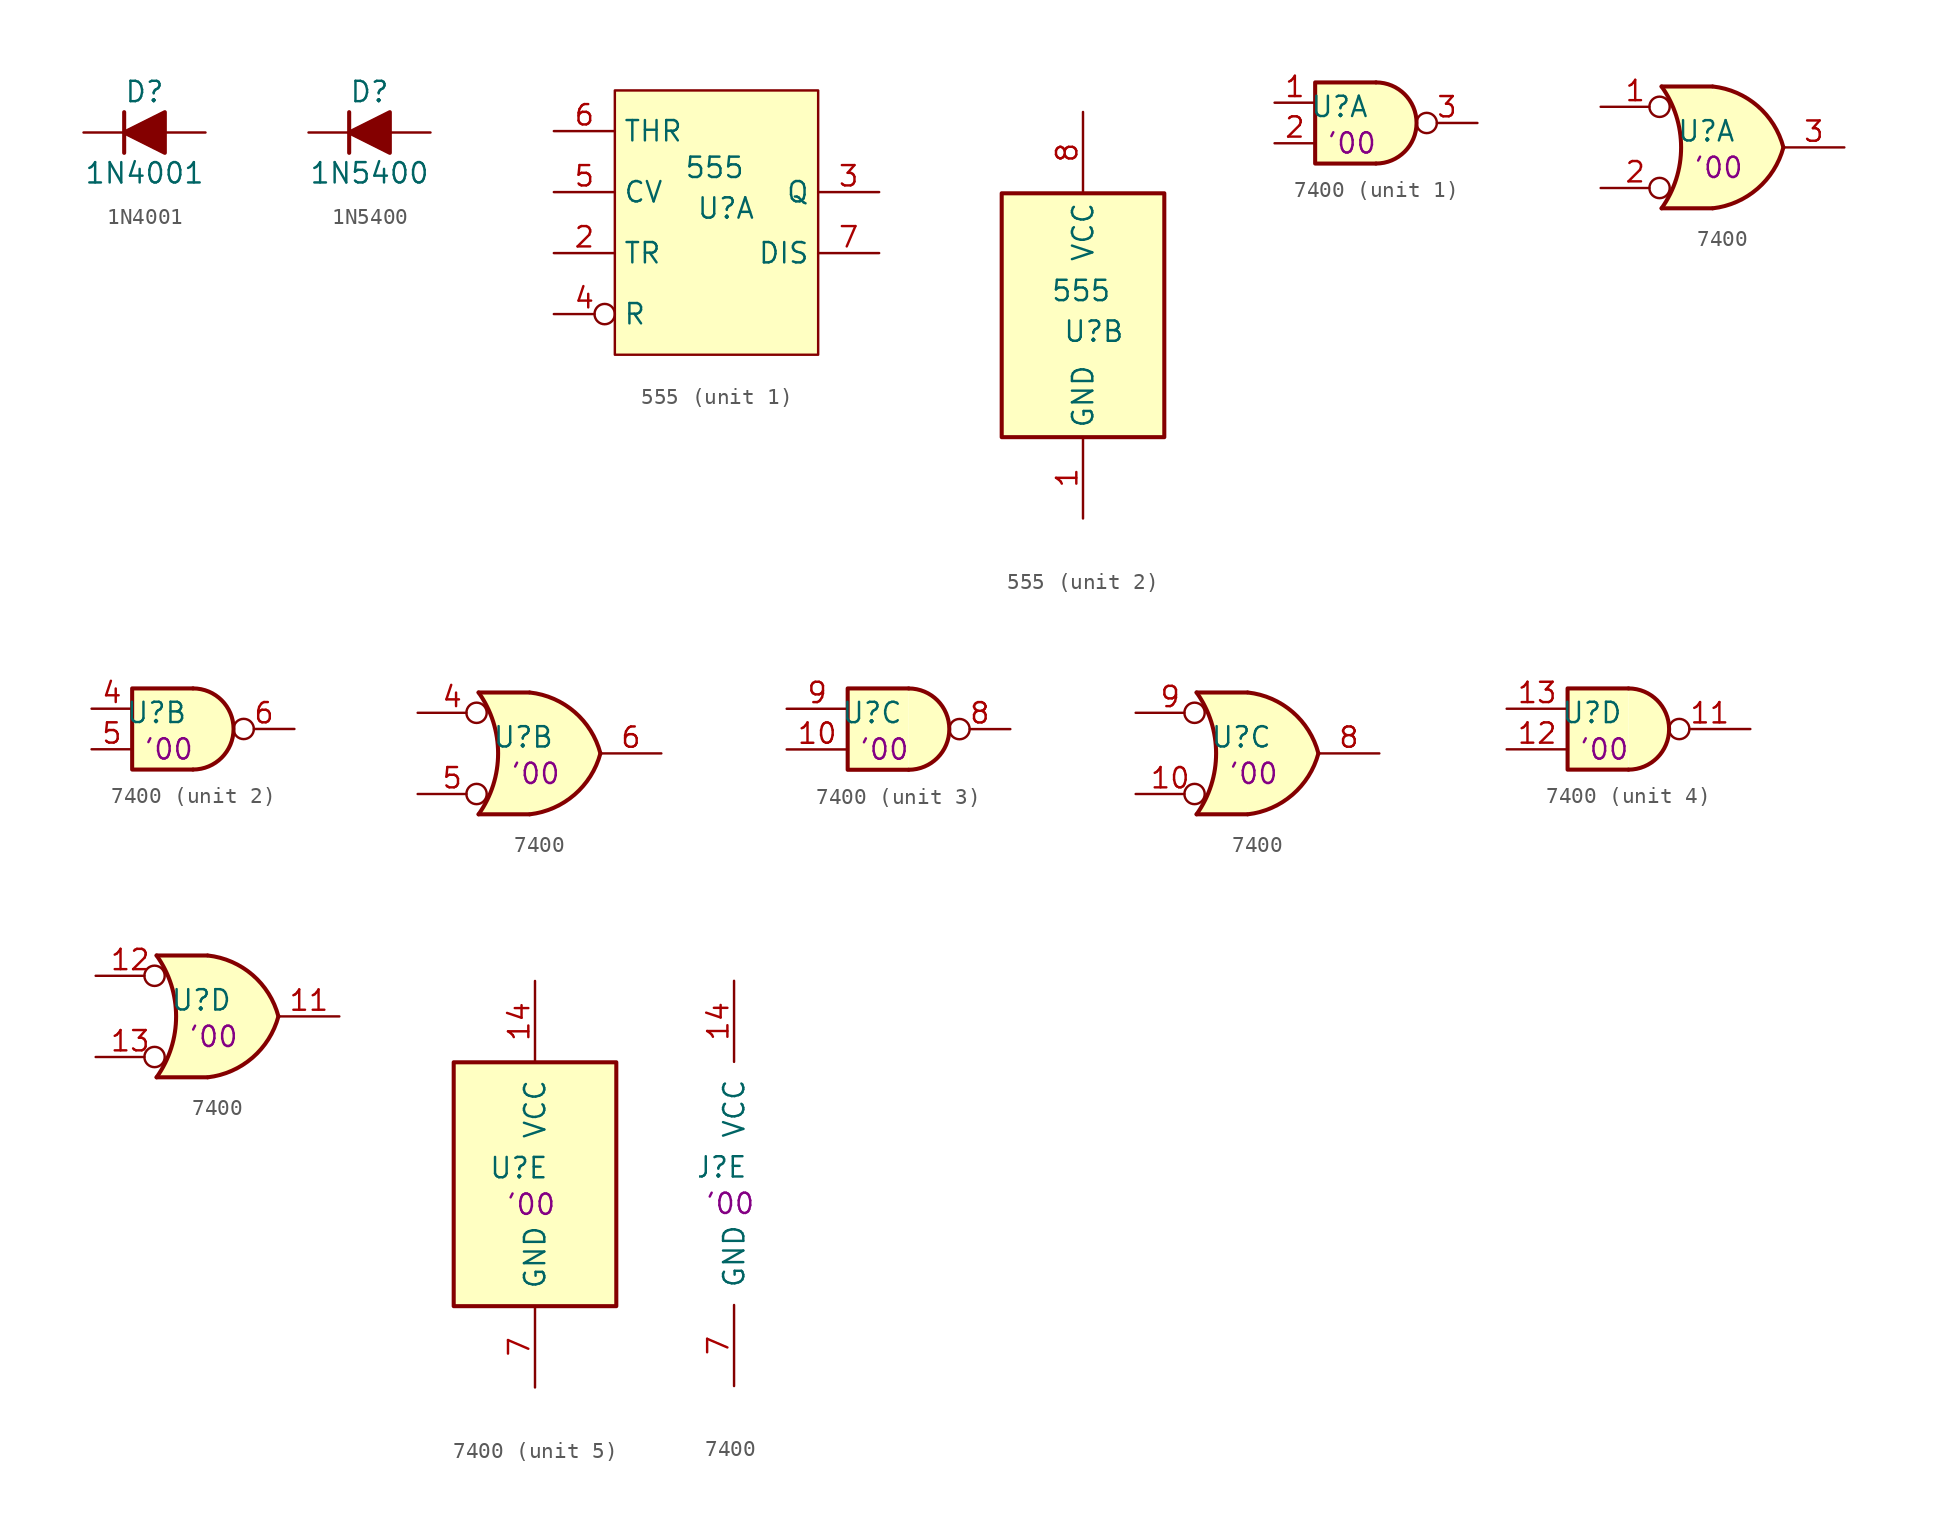
<source format=kicad_sym>
(kicad_symbol_lib
  (version 20241209)
  (generator "kicad_symbol_editor")
  (generator_version "9.0")
  (symbol "1N4001"
    (pin_numbers
      (hide yes))
    (pin_names
      (hide yes))
    (property "Reference" "D"
      (at 0 2.54 0)
      (effects (font (size 1.27 1.27))))
    (property "Value" "1N4001"
      (at 0 -2.54 0)
      (effects (font (size 1.27 1.27))))
    (symbol "1N4001_0_1"
      (polyline (pts (xy -1.27 1.27) (xy -1.27 -1.27)) (stroke (width 0.254) (type default)) (fill (type none)))
      (polyline (pts (xy 1.27 0) (xy -1.27 0)) (stroke (width 0) (type default)) (fill (type none))))
    (symbol "1N4001_1_1"
      (polyline (pts (xy 1.27 1.27) (xy 1.27 -1.27) (xy -1.27 0) (xy 1.27 1.27)) (stroke (width 0.254) (type default)) (fill (type outline)))
      (pin passive line (at -3.81 0 0) (length 2.54) (name "K" (effects (font (size 1.27 1.27)))) (number "1" (effects (font (size 1.27 1.27)))))
      (pin passive line (at 3.81 0 180) (length 2.54) (name "A" (effects (font (size 1.27 1.27)))) (number "2" (effects (font (size 1.27 1.27)))))))
  (symbol "1N5400"
    (pin_numbers
      (hide yes))
    (pin_names
      (hide yes))
    (property "Reference" "D"
      (at 0 2.54 0)
      (effects (font (size 1.27 1.27))))
    (property "Value" "1N5400"
      (at 0 -2.54 0)
      (effects (font (size 1.27 1.27))))
    (symbol "1N5400_0_1"
      (polyline (pts (xy -1.27 1.27) (xy -1.27 -1.27)) (stroke (width 0.254) (type default)) (fill (type none)))
      (polyline (pts (xy 1.27 0) (xy -1.27 0)) (stroke (width 0) (type default)) (fill (type none))))
    (symbol "1N5400_1_1"
      (polyline (pts (xy 1.27 1.27) (xy 1.27 -1.27) (xy -1.27 0) (xy 1.27 1.27)) (stroke (width 0.254) (type default)) (fill (type outline)))
      (pin passive line (at -3.81 0 0) (length 2.54) (name "K" (effects (font (size 1.27 1.27)))) (number "1" (effects (font (size 1.27 1.27)))))
      (pin passive line (at 3.81 0 180) (length 2.54) (name "A" (effects (font (size 1.27 1.27)))) (number "2" (effects (font (size 1.27 1.27)))))))
  (symbol "555"
    (property "Reference" "U"
      (at -1.27 -1.016 0)
      (effects (font (size 1.27 1.27)) (justify left)))
    (property "Value" "555"
      (at -2.032 1.524 0)
      (effects (font (size 1.27 1.27)) (justify left)))
    (property "ki_locked" ""
      (at 0 0 0)
      (effects (font (size 1.27 1.27))))
    (symbol "555_1_1"
      (rectangle (start -6.35 6.35) (end 6.35 -10.16) (stroke (width 0) (type default)) (fill (type background)))
      (pin input line (at -10.16 3.81 0) (length 3.81) (name "THR" (effects (font (size 1.27 1.27)))) (number "6" (effects (font (size 1.27 1.27)))))
      (pin input line (at -10.16 0 0) (length 3.81) (name "CV" (effects (font (size 1.27 1.27)))) (number "5" (effects (font (size 1.27 1.27)))))
      (pin input line (at -10.16 -3.81 0) (length 3.81) (name "TR" (effects (font (size 1.27 1.27)))) (number "2" (effects (font (size 1.27 1.27)))))
      (pin input inverted (at -10.16 -7.62 0) (length 3.81) (name "R" (effects (font (size 1.27 1.27)))) (number "4" (effects (font (size 1.27 1.27)))))
      (pin output line (at 10.16 0 180) (length 3.81) (name "Q" (effects (font (size 1.27 1.27)))) (number "3" (effects (font (size 1.27 1.27)))))
      (pin input line (at 10.16 -3.81 180) (length 3.81) (name "DIS" (effects (font (size 1.27 1.27)))) (number "7" (effects (font (size 1.27 1.27))))))
    (symbol "555_2_0"
      (pin power_in line (at 0 12.7 270) (length 5.08) (name "VCC" (effects (font (size 1.27 1.27)))) (number "8" (effects (font (size 1.27 1.27)))))
      (pin power_in line (at 0 -12.7 90) (length 5.08) (name "GND" (effects (font (size 1.27 1.27)))) (number "1" (effects (font (size 1.27 1.27))))))
    (symbol "555_2_1"
      (rectangle (start -5.08 7.62) (end 5.08 -7.62) (stroke (width 0.254) (type default)) (fill (type background)))))
  (symbol "7400"
    (pin_names
      (offset 1.016))
    (property "Reference" "U"
      (at -1.016 1.016 0)
      (effects (font (size 1.27 1.27))))
    (property "Val" "'00"
      (at -0.254 -1.27 0)
      (effects (font (size 1.27 1.27))))
    (property "ki_locked" ""
      (at 0 0 0)
      (effects (font (size 1.27 1.27))))
    (symbol "7400_1_1"
      (polyline (pts (xy 1.27 2.54) (xy -2.54 2.54) (xy -2.54 -2.54) (xy 1.27 -2.54)) (stroke (width 0.254) (type default)) (fill (type background)))
      (arc (start 1.27 2.54) (mid 3.81 0) (end 1.27 -2.54) (stroke (width 0.254) (type default)) (fill (type background)))
      (pin input line (at -5.08 1.27 0) (length 2.54) (name "~" (effects (font (size 1.27 1.27)))) (number "1" (effects (font (size 1.27 1.27)))))
      (pin input line (at -5.08 -1.27 0) (length 2.54) (name "~" (effects (font (size 1.27 1.27)))) (number "2" (effects (font (size 1.27 1.27)))))
      (pin output inverted (at 7.62 0 180) (length 3.81) (name "~" (effects (font (size 1.27 1.27)))) (number "3" (effects (font (size 1.27 1.27))))))
    (symbol "7400_1_2"
      (arc (start -3.81 3.81) (mid -2.589 0) (end -3.81 -3.81) (stroke (width 0.254) (type default)) (fill (type none)))
      (polyline (pts (xy -3.81 3.81) (xy -0.635 3.81)) (stroke (width 0.254) (type default)) (fill (type background)))
      (polyline (pts (xy -3.81 -3.81) (xy -0.635 -3.81)) (stroke (width 0.254) (type default)) (fill (type background)))
      (arc (start 3.81 0) (mid 2.1855 -2.584) (end -0.6096 -3.81) (stroke (width 0.254) (type default)) (fill (type background)))
      (arc (start -0.6096 3.81) (mid 2.1928 2.5924) (end 3.81 0) (stroke (width 0.254) (type default)) (fill (type background)))
      (polyline (pts (xy -0.635 3.81) (xy -3.81 3.81) (xy -3.81 3.81) (xy -3.556 3.404) (xy -3.023 2.261) (xy -2.692 1.041) (xy -2.616 -0.254) (xy -2.769 -1.499) (xy -3.175 -2.718) (xy -3.81 -3.81) (xy -3.81 -3.81) (xy -0.635 -3.81)) (stroke (width -25.4) (type default)) (fill (type background)))
      (pin input inverted (at -7.62 2.54 0) (length 4.318) (name "~" (effects (font (size 1.27 1.27)))) (number "1" (effects (font (size 1.27 1.27)))))
      (pin input inverted (at -7.62 -2.54 0) (length 4.318) (name "~" (effects (font (size 1.27 1.27)))) (number "2" (effects (font (size 1.27 1.27)))))
      (pin output line (at 7.62 0 180) (length 3.81) (name "~" (effects (font (size 1.27 1.27)))) (number "3" (effects (font (size 1.27 1.27))))))
    (symbol "7400_2_1"
      (polyline (pts (xy 1.27 2.54) (xy -2.54 2.54) (xy -2.54 -2.54) (xy 1.27 -2.54)) (stroke (width 0.254) (type default)) (fill (type background)))
      (arc (start 1.27 2.54) (mid 3.81 0) (end 1.27 -2.54) (stroke (width 0.254) (type default)) (fill (type background)))
      (pin input line (at -5.08 1.27 0) (length 2.54) (name "~" (effects (font (size 1.27 1.27)))) (number "4" (effects (font (size 1.27 1.27)))))
      (pin input line (at -5.08 -1.27 0) (length 2.54) (name "~" (effects (font (size 1.27 1.27)))) (number "5" (effects (font (size 1.27 1.27)))))
      (pin output inverted (at 7.62 0 180) (length 3.81) (name "~" (effects (font (size 1.27 1.27)))) (number "6" (effects (font (size 1.27 1.27))))))
    (symbol "7400_2_2"
      (arc (start -3.81 3.81) (mid -2.589 0) (end -3.81 -3.81) (stroke (width 0.254) (type default)) (fill (type none)))
      (polyline (pts (xy -3.81 3.81) (xy -0.635 3.81)) (stroke (width 0.254) (type default)) (fill (type background)))
      (polyline (pts (xy -3.81 -3.81) (xy -0.635 -3.81)) (stroke (width 0.254) (type default)) (fill (type background)))
      (arc (start 3.81 0) (mid 2.1855 -2.584) (end -0.6096 -3.81) (stroke (width 0.254) (type default)) (fill (type background)))
      (arc (start -0.6096 3.81) (mid 2.1928 2.5924) (end 3.81 0) (stroke (width 0.254) (type default)) (fill (type background)))
      (polyline (pts (xy -0.635 3.81) (xy -3.81 3.81) (xy -3.81 3.81) (xy -3.556 3.404) (xy -3.023 2.261) (xy -2.692 1.041) (xy -2.616 -0.254) (xy -2.769 -1.499) (xy -3.175 -2.718) (xy -3.81 -3.81) (xy -3.81 -3.81) (xy -0.635 -3.81)) (stroke (width -25.4) (type default)) (fill (type background)))
      (pin input inverted (at -7.62 2.54 0) (length 4.318) (name "~" (effects (font (size 1.27 1.27)))) (number "4" (effects (font (size 1.27 1.27)))))
      (pin input inverted (at -7.62 -2.54 0) (length 4.318) (name "~" (effects (font (size 1.27 1.27)))) (number "5" (effects (font (size 1.27 1.27)))))
      (pin output line (at 7.62 0 180) (length 3.81) (name "~" (effects (font (size 1.27 1.27)))) (number "6" (effects (font (size 1.27 1.27))))))
    (symbol "7400_3_1"
      (polyline (pts (xy 1.27 2.54) (xy -2.54 2.54) (xy -2.54 -2.54) (xy 1.27 -2.54)) (stroke (width 0.254) (type default)) (fill (type background)))
      (arc (start 1.27 2.54) (mid 3.81 0) (end 1.27 -2.54) (stroke (width 0.254) (type default)) (fill (type background)))
      (pin input line (at -6.35 1.27 0) (length 3.81) (name "~" (effects (font (size 1.27 1.27)))) (number "9" (effects (font (size 1.27 1.27)))))
      (pin input line (at -6.35 -1.27 0) (length 3.81) (name "~" (effects (font (size 1.27 1.27)))) (number "10" (effects (font (size 1.27 1.27)))))
      (pin output inverted (at 7.62 0 180) (length 3.81) (name "~" (effects (font (size 1.27 1.27)))) (number "8" (effects (font (size 1.27 1.27))))))
    (symbol "7400_3_2"
      (arc (start -3.81 3.81) (mid -2.589 0) (end -3.81 -3.81) (stroke (width 0.254) (type default)) (fill (type none)))
      (polyline (pts (xy -3.81 3.81) (xy -0.635 3.81)) (stroke (width 0.254) (type default)) (fill (type background)))
      (polyline (pts (xy -3.81 -3.81) (xy -0.635 -3.81)) (stroke (width 0.254) (type default)) (fill (type background)))
      (arc (start 3.81 0) (mid 2.1855 -2.584) (end -0.6096 -3.81) (stroke (width 0.254) (type default)) (fill (type background)))
      (arc (start -0.6096 3.81) (mid 2.1928 2.5924) (end 3.81 0) (stroke (width 0.254) (type default)) (fill (type background)))
      (polyline (pts (xy -0.635 3.81) (xy -3.81 3.81) (xy -3.81 3.81) (xy -3.556 3.404) (xy -3.023 2.261) (xy -2.692 1.041) (xy -2.616 -0.254) (xy -2.769 -1.499) (xy -3.175 -2.718) (xy -3.81 -3.81) (xy -3.81 -3.81) (xy -0.635 -3.81)) (stroke (width -25.4) (type default)) (fill (type background)))
      (pin input inverted (at -7.62 2.54 0) (length 4.318) (name "~" (effects (font (size 1.27 1.27)))) (number "9" (effects (font (size 1.27 1.27)))))
      (pin input inverted (at -7.62 -2.54 0) (length 4.318) (name "~" (effects (font (size 1.27 1.27)))) (number "10" (effects (font (size 1.27 1.27)))))
      (pin output line (at 7.62 0 180) (length 3.81) (name "~" (effects (font (size 1.27 1.27)))) (number "8" (effects (font (size 1.27 1.27))))))
    (symbol "7400_4_1"
      (polyline (pts (xy 1.27 2.54) (xy -2.54 2.54) (xy -2.54 -2.54) (xy 1.27 -2.54)) (stroke (width 0.254) (type default)) (fill (type background)))
      (arc (start 1.27 2.54) (mid 3.81 0) (end 1.27 -2.54) (stroke (width 0.254) (type default)) (fill (type background)))
      (pin input line (at -6.35 1.27 0) (length 3.81) (name "~" (effects (font (size 1.27 1.27)))) (number "13" (effects (font (size 1.27 1.27)))))
      (pin input line (at -6.35 -1.27 0) (length 3.81) (name "~" (effects (font (size 1.27 1.27)))) (number "12" (effects (font (size 1.27 1.27)))))
      (pin output inverted (at 8.89 0 180) (length 5.08) (name "~" (effects (font (size 1.27 1.27)))) (number "11" (effects (font (size 1.27 1.27))))))
    (symbol "7400_4_2"
      (arc (start -3.81 3.81) (mid -2.589 0) (end -3.81 -3.81) (stroke (width 0.254) (type default)) (fill (type none)))
      (polyline (pts (xy -3.81 3.81) (xy -0.635 3.81)) (stroke (width 0.254) (type default)) (fill (type background)))
      (polyline (pts (xy -3.81 -3.81) (xy -0.635 -3.81)) (stroke (width 0.254) (type default)) (fill (type background)))
      (arc (start 3.81 0) (mid 2.1855 -2.584) (end -0.6096 -3.81) (stroke (width 0.254) (type default)) (fill (type background)))
      (arc (start -0.6096 3.81) (mid 2.1928 2.5924) (end 3.81 0) (stroke (width 0.254) (type default)) (fill (type background)))
      (polyline (pts (xy -0.635 3.81) (xy -3.81 3.81) (xy -3.81 3.81) (xy -3.556 3.404) (xy -3.023 2.261) (xy -2.692 1.041) (xy -2.616 -0.254) (xy -2.769 -1.499) (xy -3.175 -2.718) (xy -3.81 -3.81) (xy -3.81 -3.81) (xy -0.635 -3.81)) (stroke (width -25.4) (type default)) (fill (type background)))
      (pin input inverted (at -7.62 2.54 0) (length 4.318) (name "~" (effects (font (size 1.27 1.27)))) (number "12" (effects (font (size 1.27 1.27)))))
      (pin input inverted (at -7.62 -2.54 0) (length 4.318) (name "~" (effects (font (size 1.27 1.27)))) (number "13" (effects (font (size 1.27 1.27)))))
      (pin output line (at 7.62 0 180) (length 3.81) (name "~" (effects (font (size 1.27 1.27)))) (number "11" (effects (font (size 1.27 1.27))))))
    (symbol "7400_5_0"
      (pin power_in line (at 0 12.7 270) (length 5.08) (name "VCC" (effects (font (size 1.27 1.27)))) (number "14" (effects (font (size 1.27 1.27)))))
      (pin power_in line (at 0 -12.7 90) (length 5.08) (name "GND" (effects (font (size 1.27 1.27)))) (number "7" (effects (font (size 1.27 1.27))))))
    (symbol "7400_5_1"
      (rectangle (start -5.08 7.62) (end 5.08 -7.62) (stroke (width 0.254) (type default)) (fill (type background))))))
</source>
